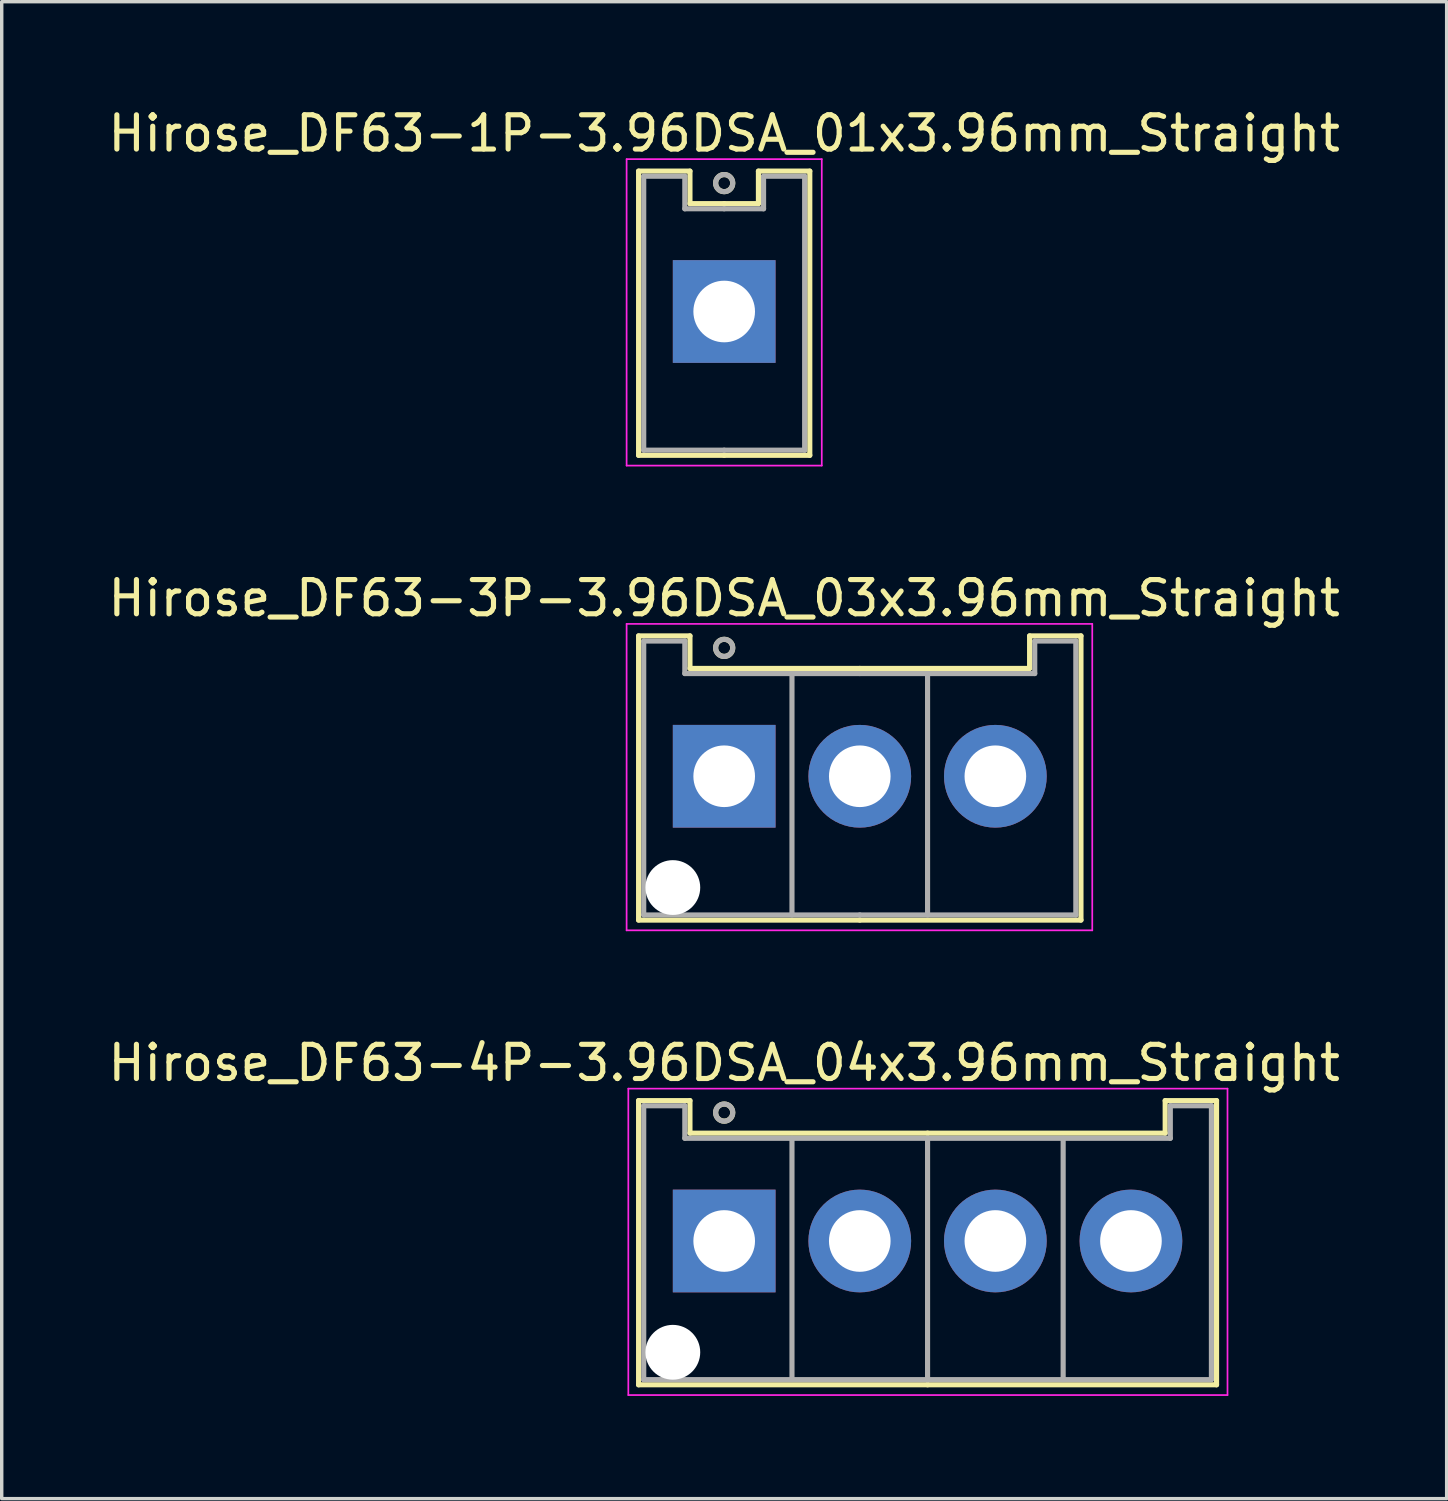
<source format=kicad_pcb>
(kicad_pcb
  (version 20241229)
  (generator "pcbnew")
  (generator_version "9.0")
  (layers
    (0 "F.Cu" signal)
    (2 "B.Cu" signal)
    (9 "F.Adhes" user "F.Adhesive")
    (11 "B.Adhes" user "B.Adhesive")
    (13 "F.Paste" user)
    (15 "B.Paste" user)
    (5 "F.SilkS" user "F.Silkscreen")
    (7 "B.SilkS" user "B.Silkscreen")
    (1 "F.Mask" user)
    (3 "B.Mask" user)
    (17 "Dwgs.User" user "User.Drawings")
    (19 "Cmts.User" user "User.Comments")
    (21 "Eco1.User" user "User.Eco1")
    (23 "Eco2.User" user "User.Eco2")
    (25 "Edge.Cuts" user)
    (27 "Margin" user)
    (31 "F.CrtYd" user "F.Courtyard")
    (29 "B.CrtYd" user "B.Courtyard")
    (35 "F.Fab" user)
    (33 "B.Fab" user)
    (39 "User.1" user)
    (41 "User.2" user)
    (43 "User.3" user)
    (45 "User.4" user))
  (footprint "Hirose_DF63-3P-3.96DSA_03x3.96mm_Straight"
    (layer "F.Cu")
    (at 18.101 19.622)
    (property "Reference" "Hirose_DF63-3P-3.96DSA_03x3.96mm_Straight" (at 0 -5.2 0) (layer "F.SilkS") (effects (font (size 1 1) (thickness 0.15))))
    (attr through_hole)
    (fp_line (start -2.5 -4.1) (end -1 -4.1) (stroke (width 0.15) (type solid)) (layer "F.SilkS"))
    (fp_line (start -2.5 4.2) (end -2.5 -4.1) (stroke (width 0.15) (type solid)) (layer "F.SilkS"))
    (fp_line (start -1 -4.1) (end -1 -3.15) (stroke (width 0.15) (type solid)) (layer "F.SilkS"))
    (fp_line (start -1 -3.15) (end 3.96 -3.15) (stroke (width 0.15) (type solid)) (layer "F.SilkS"))
    (fp_line (start 3.96 4.2) (end -2.5 4.2) (stroke (width 0.15) (type solid)) (layer "F.SilkS"))
    (fp_line (start 3.96 4.2) (end 10.42 4.2) (stroke (width 0.15) (type solid)) (layer "F.SilkS"))
    (fp_line (start 8.92 -4.1) (end 8.92 -3.15) (stroke (width 0.15) (type solid)) (layer "F.SilkS"))
    (fp_line (start 8.92 -3.15) (end 3.96 -3.15) (stroke (width 0.15) (type solid)) (layer "F.SilkS"))
    (fp_line (start 10.42 -4.1) (end 8.92 -4.1) (stroke (width 0.15) (type solid)) (layer "F.SilkS"))
    (fp_line (start 10.42 4.2) (end 10.42 -4.1) (stroke (width 0.15) (type solid)) (layer "F.SilkS"))
    (fp_circle (center 0 -3.75) (end 0.25 -3.75) (stroke (width 0.15) (type solid)) (fill no) (layer "F.SilkS"))
    (fp_line (start -2.85 -4.45) (end -2.85 4.5) (stroke (width 0.05) (type solid)) (layer "F.CrtYd"))
    (fp_line (start -2.85 4.5) (end 10.75 4.5) (stroke (width 0.05) (type solid)) (layer "F.CrtYd"))
    (fp_line (start 10.75 -4.45) (end -2.85 -4.45) (stroke (width 0.05) (type solid)) (layer "F.CrtYd"))
    (fp_line (start 10.75 4.5) (end 10.75 -4.45) (stroke (width 0.05) (type solid)) (layer "F.CrtYd"))
    (fp_line (start -2.35 -3.95) (end -1.15 -3.95) (stroke (width 0.15) (type solid)) (layer "F.Fab"))
    (fp_line (start -2.35 4.05) (end -2.35 -3.95) (stroke (width 0.15) (type solid)) (layer "F.Fab"))
    (fp_line (start -1.15 -3.95) (end -1.15 -3) (stroke (width 0.15) (type solid)) (layer "F.Fab"))
    (fp_line (start -1.15 -3) (end 3.96 -3) (stroke (width 0.15) (type solid)) (layer "F.Fab"))
    (fp_line (start 1.98 -3) (end 1.98 4.05) (stroke (width 0.15) (type solid)) (layer "F.Fab"))
    (fp_line (start 3.96 4.05) (end -2.35 4.05) (stroke (width 0.15) (type solid)) (layer "F.Fab"))
    (fp_line (start 3.96 4.05) (end 10.27 4.05) (stroke (width 0.15) (type solid)) (layer "F.Fab"))
    (fp_line (start 5.94 -3) (end 5.94 4.05) (stroke (width 0.15) (type solid)) (layer "F.Fab"))
    (fp_line (start 9.07 -3.95) (end 9.07 -3) (stroke (width 0.15) (type solid)) (layer "F.Fab"))
    (fp_line (start 9.07 -3) (end 3.96 -3) (stroke (width 0.15) (type solid)) (layer "F.Fab"))
    (fp_line (start 10.27 -3.95) (end 9.07 -3.95) (stroke (width 0.15) (type solid)) (layer "F.Fab"))
    (fp_line (start 10.27 4.05) (end 10.27 -3.95) (stroke (width 0.15) (type solid)) (layer "F.Fab"))
    (fp_circle (center 0 -3.75) (end 0.25 -3.75) (stroke (width 0.15) (type solid)) (fill no) (layer "F.Fab"))
    (pad "" np_thru_hole circle (at -1.5 3.25) (size 1.6 1.6) (drill 1.6) (layers "*.Cu" "*.Mask"))
    (pad "1" thru_hole rect (at 0 0) (size 3 3) (drill 1.8) (layers "*.Cu" "*.Mask"))
    (pad "2" thru_hole circle (at 3.96 0) (size 3 3) (drill 1.8) (layers "*.Cu" "*.Mask"))
    (pad "3" thru_hole circle (at 7.92 0) (size 3 3) (drill 1.8) (layers "*.Cu" "*.Mask")))
  (footprint "Hirose_DF63-4P-3.96DSA_04x3.96mm_Straight"
    (layer "F.Cu")
    (at 18.101 33.195)
    (property "Reference" "Hirose_DF63-4P-3.96DSA_04x3.96mm_Straight" (at 0 -5.2 0) (layer "F.SilkS") (effects (font (size 1 1) (thickness 0.15))))
    (attr through_hole)
    (fp_line (start -2.5 -4.1) (end -1 -4.1) (stroke (width 0.15) (type solid)) (layer "F.SilkS"))
    (fp_line (start -2.5 4.2) (end -2.5 -4.1) (stroke (width 0.15) (type solid)) (layer "F.SilkS"))
    (fp_line (start -1 -4.1) (end -1 -3.15) (stroke (width 0.15) (type solid)) (layer "F.SilkS"))
    (fp_line (start -1 -3.15) (end 5.94 -3.15) (stroke (width 0.15) (type solid)) (layer "F.SilkS"))
    (fp_line (start 5.94 4.2) (end -2.5 4.2) (stroke (width 0.15) (type solid)) (layer "F.SilkS"))
    (fp_line (start 5.94 4.2) (end 14.38 4.2) (stroke (width 0.15) (type solid)) (layer "F.SilkS"))
    (fp_line (start 12.88 -4.1) (end 12.88 -3.15) (stroke (width 0.15) (type solid)) (layer "F.SilkS"))
    (fp_line (start 12.88 -3.15) (end 5.94 -3.15) (stroke (width 0.15) (type solid)) (layer "F.SilkS"))
    (fp_line (start 14.38 -4.1) (end 12.88 -4.1) (stroke (width 0.15) (type solid)) (layer "F.SilkS"))
    (fp_line (start 14.38 4.2) (end 14.38 -4.1) (stroke (width 0.15) (type solid)) (layer "F.SilkS"))
    (fp_circle (center 0 -3.75) (end 0.25 -3.75) (stroke (width 0.15) (type solid)) (fill no) (layer "F.SilkS"))
    (fp_line (start -2.8 -4.45) (end -2.8 4.5) (stroke (width 0.05) (type solid)) (layer "F.CrtYd"))
    (fp_line (start -2.8 4.5) (end 14.7 4.5) (stroke (width 0.05) (type solid)) (layer "F.CrtYd"))
    (fp_line (start 14.7 -4.45) (end -2.8 -4.45) (stroke (width 0.05) (type solid)) (layer "F.CrtYd"))
    (fp_line (start 14.7 4.5) (end 14.7 -4.45) (stroke (width 0.05) (type solid)) (layer "F.CrtYd"))
    (fp_line (start -2.35 -3.95) (end -1.15 -3.95) (stroke (width 0.15) (type solid)) (layer "F.Fab"))
    (fp_line (start -2.35 4.05) (end -2.35 -3.95) (stroke (width 0.15) (type solid)) (layer "F.Fab"))
    (fp_line (start -1.15 -3.95) (end -1.15 -3) (stroke (width 0.15) (type solid)) (layer "F.Fab"))
    (fp_line (start -1.15 -3) (end 5.94 -3) (stroke (width 0.15) (type solid)) (layer "F.Fab"))
    (fp_line (start 1.98 -3) (end 1.98 4.05) (stroke (width 0.15) (type solid)) (layer "F.Fab"))
    (fp_line (start 5.94 -3) (end 5.94 4.05) (stroke (width 0.15) (type solid)) (layer "F.Fab"))
    (fp_line (start 5.94 4.05) (end -2.35 4.05) (stroke (width 0.15) (type solid)) (layer "F.Fab"))
    (fp_line (start 5.94 4.05) (end 14.23 4.05) (stroke (width 0.15) (type solid)) (layer "F.Fab"))
    (fp_line (start 9.9 -3) (end 9.9 4.05) (stroke (width 0.15) (type solid)) (layer "F.Fab"))
    (fp_line (start 13.03 -3.95) (end 13.03 -3) (stroke (width 0.15) (type solid)) (layer "F.Fab"))
    (fp_line (start 13.03 -3) (end 5.94 -3) (stroke (width 0.15) (type solid)) (layer "F.Fab"))
    (fp_line (start 14.23 -3.95) (end 13.03 -3.95) (stroke (width 0.15) (type solid)) (layer "F.Fab"))
    (fp_line (start 14.23 4.05) (end 14.23 -3.95) (stroke (width 0.15) (type solid)) (layer "F.Fab"))
    (fp_circle (center 0 -3.75) (end 0.25 -3.75) (stroke (width 0.15) (type solid)) (fill no) (layer "F.Fab"))
    (pad "" np_thru_hole circle (at -1.5 3.25) (size 1.6 1.6) (drill 1.6) (layers "*.Cu" "*.Mask"))
    (pad "1" thru_hole rect (at 0 0) (size 3 3) (drill 1.8) (layers "*.Cu" "*.Mask"))
    (pad "2" thru_hole circle (at 3.96 0) (size 3 3) (drill 1.8) (layers "*.Cu" "*.Mask"))
    (pad "3" thru_hole circle (at 7.92 0) (size 3 3) (drill 1.8) (layers "*.Cu" "*.Mask"))
    (pad "4" thru_hole circle (at 11.88 0) (size 3 3) (drill 1.8) (layers "*.Cu" "*.Mask")))
  (footprint "Hirose_DF63-1P-3.96DSA_01x3.96mm_Straight"
    (layer "F.Cu")
    (at 18.101 6.048)
    (property "Reference" "Hirose_DF63-1P-3.96DSA_01x3.96mm_Straight" (at 0 -5.2 0) (layer "F.SilkS") (effects (font (size 1 1) (thickness 0.15))))
    (attr through_hole)
    (fp_line (start -2.5 -4.1) (end -1 -4.1) (stroke (width 0.15) (type solid)) (layer "F.SilkS"))
    (fp_line (start -2.5 4.2) (end -2.5 -4.1) (stroke (width 0.15) (type solid)) (layer "F.SilkS"))
    (fp_line (start -1 -4.1) (end -1 -3.15) (stroke (width 0.15) (type solid)) (layer "F.SilkS"))
    (fp_line (start -1 -3.15) (end 0 -3.15) (stroke (width 0.15) (type solid)) (layer "F.SilkS"))
    (fp_line (start 0 4.2) (end -2.5 4.2) (stroke (width 0.15) (type solid)) (layer "F.SilkS"))
    (fp_line (start 0 4.2) (end 2.5 4.2) (stroke (width 0.15) (type solid)) (layer "F.SilkS"))
    (fp_line (start 1 -4.1) (end 1 -3.15) (stroke (width 0.15) (type solid)) (layer "F.SilkS"))
    (fp_line (start 1 -3.15) (end 0 -3.15) (stroke (width 0.15) (type solid)) (layer "F.SilkS"))
    (fp_line (start 2.5 -4.1) (end 1 -4.1) (stroke (width 0.15) (type solid)) (layer "F.SilkS"))
    (fp_line (start 2.5 4.2) (end 2.5 -4.1) (stroke (width 0.15) (type solid)) (layer "F.SilkS"))
    (fp_circle (center 0 -3.75) (end 0.25 -3.75) (stroke (width 0.15) (type solid)) (fill no) (layer "F.SilkS"))
    (fp_line (start -2.85 -4.45) (end -2.85 4.5) (stroke (width 0.05) (type solid)) (layer "F.CrtYd"))
    (fp_line (start -2.85 4.5) (end 2.85 4.5) (stroke (width 0.05) (type solid)) (layer "F.CrtYd"))
    (fp_line (start 2.85 -4.45) (end -2.85 -4.45) (stroke (width 0.05) (type solid)) (layer "F.CrtYd"))
    (fp_line (start 2.85 4.5) (end 2.85 -4.45) (stroke (width 0.05) (type solid)) (layer "F.CrtYd"))
    (fp_line (start -2.35 -3.95) (end -1.15 -3.95) (stroke (width 0.15) (type solid)) (layer "F.Fab"))
    (fp_line (start -2.35 4.05) (end -2.35 -3.95) (stroke (width 0.15) (type solid)) (layer "F.Fab"))
    (fp_line (start -1.15 -3.95) (end -1.15 -3) (stroke (width 0.15) (type solid)) (layer "F.Fab"))
    (fp_line (start -1.15 -3) (end 0 -3) (stroke (width 0.15) (type solid)) (layer "F.Fab"))
    (fp_line (start 0 4.05) (end -2.35 4.05) (stroke (width 0.15) (type solid)) (layer "F.Fab"))
    (fp_line (start 0 4.05) (end 2.35 4.05) (stroke (width 0.15) (type solid)) (layer "F.Fab"))
    (fp_line (start 1.15 -3.95) (end 1.15 -3) (stroke (width 0.15) (type solid)) (layer "F.Fab"))
    (fp_line (start 1.15 -3) (end 0 -3) (stroke (width 0.15) (type solid)) (layer "F.Fab"))
    (fp_line (start 2.35 -3.95) (end 1.15 -3.95) (stroke (width 0.15) (type solid)) (layer "F.Fab"))
    (fp_line (start 2.35 4.05) (end 2.35 -3.95) (stroke (width 0.15) (type solid)) (layer "F.Fab"))
    (fp_circle (center 0 -3.75) (end 0.25 -3.75) (stroke (width 0.15) (type solid)) (fill no) (layer "F.Fab"))
    (pad "1" thru_hole rect (at 0 0) (size 3 3) (drill 1.8) (layers "*.Cu" "*.Mask")))
  (gr_rect
    (start -3 -3)
    (end 39.202 40.72)
    (stroke (width 0.1) (type default))
    (fill no)
    (layer "Edge.Cuts")))
</source>
